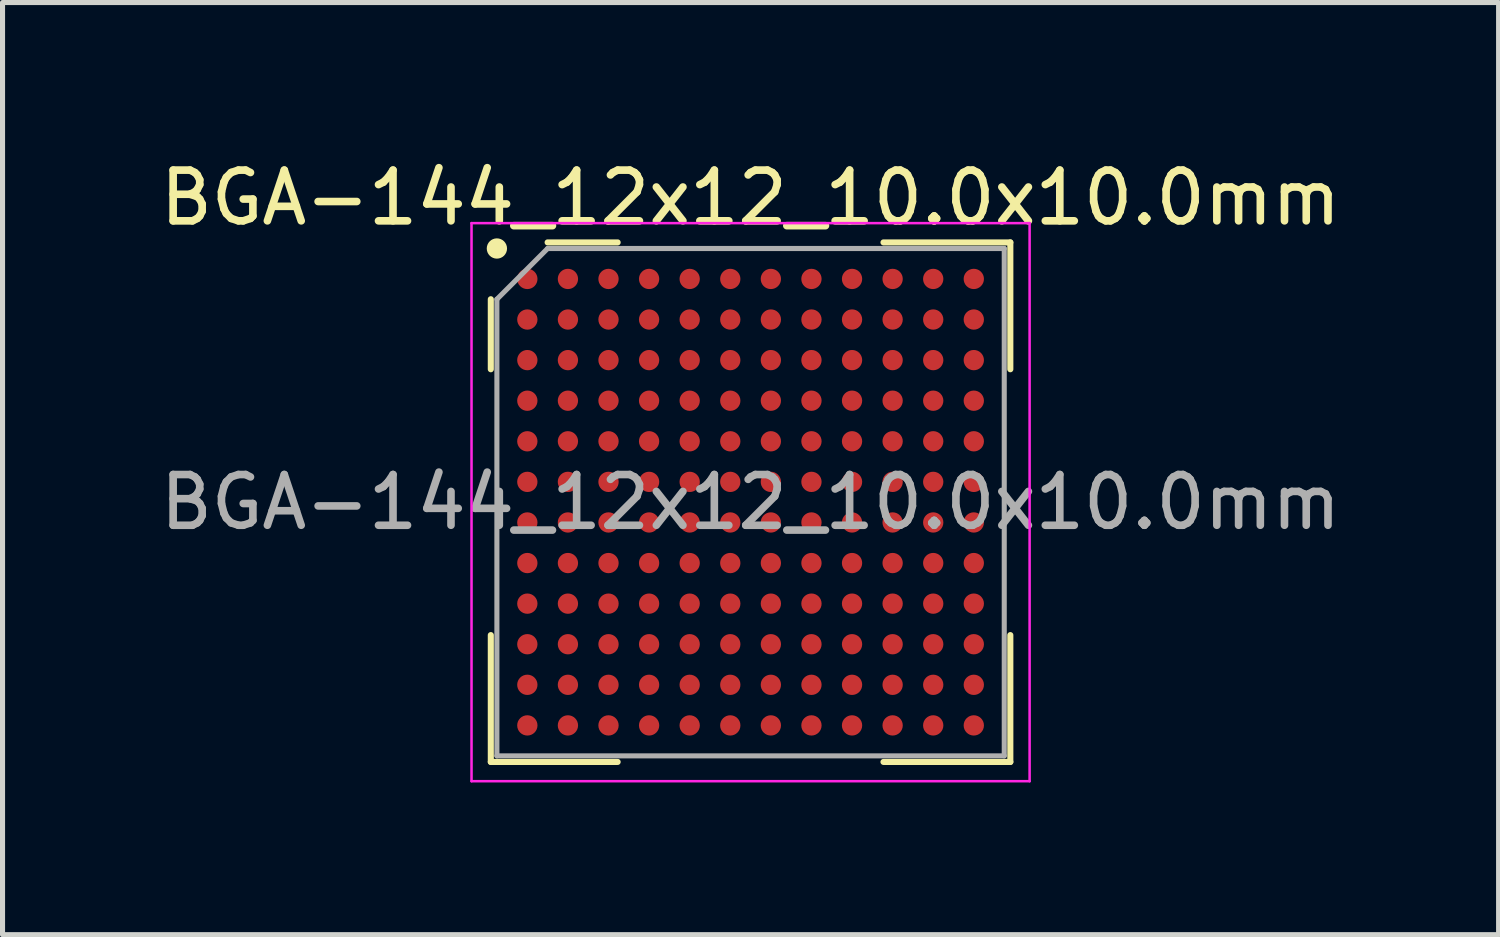
<source format=kicad_pcb>
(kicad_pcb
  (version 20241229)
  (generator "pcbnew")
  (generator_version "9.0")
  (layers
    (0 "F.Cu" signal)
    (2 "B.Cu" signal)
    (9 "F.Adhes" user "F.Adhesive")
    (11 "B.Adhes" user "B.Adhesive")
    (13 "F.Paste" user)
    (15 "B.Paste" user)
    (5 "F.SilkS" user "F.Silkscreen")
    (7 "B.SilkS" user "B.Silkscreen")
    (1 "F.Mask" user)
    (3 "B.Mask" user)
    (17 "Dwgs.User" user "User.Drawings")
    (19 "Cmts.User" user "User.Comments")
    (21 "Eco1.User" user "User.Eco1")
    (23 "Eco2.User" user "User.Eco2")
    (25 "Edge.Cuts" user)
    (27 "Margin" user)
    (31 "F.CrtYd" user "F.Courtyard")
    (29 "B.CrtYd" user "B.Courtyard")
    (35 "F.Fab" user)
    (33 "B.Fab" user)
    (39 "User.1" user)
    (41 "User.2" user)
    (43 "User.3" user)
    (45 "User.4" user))
  (footprint "BGA-144_12x12_10.0x10.0mm"
    (layer "F.Cu")
    (at 11.744 6.848)
    (property "Reference" "BGA-144_12x12_10.0x10.0mm" (at 0 -6 0) (layer "F.SilkS") (effects (font (size 1 1) (thickness 0.15))))
    (attr smd)
    (fp_line (start -5.12 -4) (end -5.12 -2.62) (stroke (width 0.12) (type default)) (layer "F.SilkS"))
    (fp_line (start -5.12 5.12) (end -5.12 2.62) (stroke (width 0.12) (type default)) (layer "F.SilkS"))
    (fp_line (start -2.62 -5.12) (end -4 -5.12) (stroke (width 0.12) (type default)) (layer "F.SilkS"))
    (fp_line (start -2.62 5.12) (end -5.12 5.12) (stroke (width 0.12) (type default)) (layer "F.SilkS"))
    (fp_line (start 2.62 -5.12) (end 5.12 -5.12) (stroke (width 0.12) (type default)) (layer "F.SilkS"))
    (fp_line (start 2.62 5.12) (end 5.12 5.12) (stroke (width 0.12) (type default)) (layer "F.SilkS"))
    (fp_line (start 5.12 -5.12) (end 5.12 -2.62) (stroke (width 0.12) (type default)) (layer "F.SilkS"))
    (fp_line (start 5.12 5.12) (end 5.12 2.62) (stroke (width 0.12) (type default)) (layer "F.SilkS"))
    (fp_circle (center -5 -5) (end -5 -4.9) (stroke (width 0.2) (type default)) (fill no) (layer "F.SilkS"))
    (fp_line (start -5.5 -5.5) (end 5.5 -5.5) (stroke (width 0.05) (type default)) (layer "F.CrtYd"))
    (fp_line (start -5.5 5.5) (end -5.5 -5.5) (stroke (width 0.05) (type default)) (layer "F.CrtYd"))
    (fp_line (start 5.5 -5.5) (end 5.5 5.5) (stroke (width 0.05) (type default)) (layer "F.CrtYd"))
    (fp_line (start 5.5 5.5) (end -5.5 5.5) (stroke (width 0.05) (type default)) (layer "F.CrtYd"))
    (fp_line (start -5 -4) (end -5 5) (stroke (width 0.1) (type default)) (layer "F.Fab"))
    (fp_line (start -5 5) (end 5 5) (stroke (width 0.1) (type default)) (layer "F.Fab"))
    (fp_line (start -4 -5) (end -5 -4) (stroke (width 0.1) (type default)) (layer "F.Fab"))
    (fp_line (start 5 -5) (end -4 -5) (stroke (width 0.1) (type default)) (layer "F.Fab"))
    (fp_line (start 5 5) (end 5 -5) (stroke (width 0.1) (type default)) (layer "F.Fab"))
    (fp_text user "${REFERENCE}" (at 0 0 0) (layer "F.Fab") (effects (font (size 1 1) (thickness 0.15))))
    (pad "A1" smd circle (at -4.4 -4.4) (size 0.4 0.4) (layers "F.Cu" "F.Mask" "F.Paste"))
    (pad "A2" smd circle (at -3.6 -4.4) (size 0.4 0.4) (layers "F.Cu" "F.Mask" "F.Paste"))
    (pad "A3" smd circle (at -2.8 -4.4) (size 0.4 0.4) (layers "F.Cu" "F.Mask" "F.Paste"))
    (pad "A4" smd circle (at -2 -4.4) (size 0.4 0.4) (layers "F.Cu" "F.Mask" "F.Paste"))
    (pad "A5" smd circle (at -1.2 -4.4) (size 0.4 0.4) (layers "F.Cu" "F.Mask" "F.Paste"))
    (pad "A6" smd circle (at -0.4 -4.4) (size 0.4 0.4) (layers "F.Cu" "F.Mask" "F.Paste"))
    (pad "A7" smd circle (at 0.4 -4.4) (size 0.4 0.4) (layers "F.Cu" "F.Mask" "F.Paste"))
    (pad "A8" smd circle (at 1.2 -4.4) (size 0.4 0.4) (layers "F.Cu" "F.Mask" "F.Paste"))
    (pad "A9" smd circle (at 2 -4.4) (size 0.4 0.4) (layers "F.Cu" "F.Mask" "F.Paste"))
    (pad "A10" smd circle (at 2.8 -4.4) (size 0.4 0.4) (layers "F.Cu" "F.Mask" "F.Paste"))
    (pad "A11" smd circle (at 3.6 -4.4) (size 0.4 0.4) (layers "F.Cu" "F.Mask" "F.Paste"))
    (pad "A12" smd circle (at 4.4 -4.4) (size 0.4 0.4) (layers "F.Cu" "F.Mask" "F.Paste"))
    (pad "B1" smd circle (at -4.4 -3.6) (size 0.4 0.4) (layers "F.Cu" "F.Mask" "F.Paste"))
    (pad "B2" smd circle (at -3.6 -3.6) (size 0.4 0.4) (layers "F.Cu" "F.Mask" "F.Paste"))
    (pad "B3" smd circle (at -2.8 -3.6) (size 0.4 0.4) (layers "F.Cu" "F.Mask" "F.Paste"))
    (pad "B4" smd circle (at -2 -3.6) (size 0.4 0.4) (layers "F.Cu" "F.Mask" "F.Paste"))
    (pad "B5" smd circle (at -1.2 -3.6) (size 0.4 0.4) (layers "F.Cu" "F.Mask" "F.Paste"))
    (pad "B6" smd circle (at -0.4 -3.6) (size 0.4 0.4) (layers "F.Cu" "F.Mask" "F.Paste"))
    (pad "B7" smd circle (at 0.4 -3.6) (size 0.4 0.4) (layers "F.Cu" "F.Mask" "F.Paste"))
    (pad "B8" smd circle (at 1.2 -3.6) (size 0.4 0.4) (layers "F.Cu" "F.Mask" "F.Paste"))
    (pad "B9" smd circle (at 2 -3.6) (size 0.4 0.4) (layers "F.Cu" "F.Mask" "F.Paste"))
    (pad "B10" smd circle (at 2.8 -3.6) (size 0.4 0.4) (layers "F.Cu" "F.Mask" "F.Paste"))
    (pad "B11" smd circle (at 3.6 -3.6) (size 0.4 0.4) (layers "F.Cu" "F.Mask" "F.Paste"))
    (pad "B12" smd circle (at 4.4 -3.6) (size 0.4 0.4) (layers "F.Cu" "F.Mask" "F.Paste"))
    (pad "C1" smd circle (at -4.4 -2.8) (size 0.4 0.4) (layers "F.Cu" "F.Mask" "F.Paste"))
    (pad "C2" smd circle (at -3.6 -2.8) (size 0.4 0.4) (layers "F.Cu" "F.Mask" "F.Paste"))
    (pad "C3" smd circle (at -2.8 -2.8) (size 0.4 0.4) (layers "F.Cu" "F.Mask" "F.Paste"))
    (pad "C4" smd circle (at -2 -2.8) (size 0.4 0.4) (layers "F.Cu" "F.Mask" "F.Paste"))
    (pad "C5" smd circle (at -1.2 -2.8) (size 0.4 0.4) (layers "F.Cu" "F.Mask" "F.Paste"))
    (pad "C6" smd circle (at -0.4 -2.8) (size 0.4 0.4) (layers "F.Cu" "F.Mask" "F.Paste"))
    (pad "C7" smd circle (at 0.4 -2.8) (size 0.4 0.4) (layers "F.Cu" "F.Mask" "F.Paste"))
    (pad "C8" smd circle (at 1.2 -2.8) (size 0.4 0.4) (layers "F.Cu" "F.Mask" "F.Paste"))
    (pad "C9" smd circle (at 2 -2.8) (size 0.4 0.4) (layers "F.Cu" "F.Mask" "F.Paste"))
    (pad "C10" smd circle (at 2.8 -2.8) (size 0.4 0.4) (layers "F.Cu" "F.Mask" "F.Paste"))
    (pad "C11" smd circle (at 3.6 -2.8) (size 0.4 0.4) (layers "F.Cu" "F.Mask" "F.Paste"))
    (pad "C12" smd circle (at 4.4 -2.8) (size 0.4 0.4) (layers "F.Cu" "F.Mask" "F.Paste"))
    (pad "D1" smd circle (at -4.4 -2) (size 0.4 0.4) (layers "F.Cu" "F.Mask" "F.Paste"))
    (pad "D2" smd circle (at -3.6 -2) (size 0.4 0.4) (layers "F.Cu" "F.Mask" "F.Paste"))
    (pad "D3" smd circle (at -2.8 -2) (size 0.4 0.4) (layers "F.Cu" "F.Mask" "F.Paste"))
    (pad "D4" smd circle (at -2 -2) (size 0.4 0.4) (layers "F.Cu" "F.Mask" "F.Paste"))
    (pad "D5" smd circle (at -1.2 -2) (size 0.4 0.4) (layers "F.Cu" "F.Mask" "F.Paste"))
    (pad "D6" smd circle (at -0.4 -2) (size 0.4 0.4) (layers "F.Cu" "F.Mask" "F.Paste"))
    (pad "D7" smd circle (at 0.4 -2) (size 0.4 0.4) (layers "F.Cu" "F.Mask" "F.Paste"))
    (pad "D8" smd circle (at 1.2 -2) (size 0.4 0.4) (layers "F.Cu" "F.Mask" "F.Paste"))
    (pad "D9" smd circle (at 2 -2) (size 0.4 0.4) (layers "F.Cu" "F.Mask" "F.Paste"))
    (pad "D10" smd circle (at 2.8 -2) (size 0.4 0.4) (layers "F.Cu" "F.Mask" "F.Paste"))
    (pad "D11" smd circle (at 3.6 -2) (size 0.4 0.4) (layers "F.Cu" "F.Mask" "F.Paste"))
    (pad "D12" smd circle (at 4.4 -2) (size 0.4 0.4) (layers "F.Cu" "F.Mask" "F.Paste"))
    (pad "E1" smd circle (at -4.4 -1.2) (size 0.4 0.4) (layers "F.Cu" "F.Mask" "F.Paste"))
    (pad "E2" smd circle (at -3.6 -1.2) (size 0.4 0.4) (layers "F.Cu" "F.Mask" "F.Paste"))
    (pad "E3" smd circle (at -2.8 -1.2) (size 0.4 0.4) (layers "F.Cu" "F.Mask" "F.Paste"))
    (pad "E4" smd circle (at -2 -1.2) (size 0.4 0.4) (layers "F.Cu" "F.Mask" "F.Paste"))
    (pad "E5" smd circle (at -1.2 -1.2) (size 0.4 0.4) (layers "F.Cu" "F.Mask" "F.Paste"))
    (pad "E6" smd circle (at -0.4 -1.2) (size 0.4 0.4) (layers "F.Cu" "F.Mask" "F.Paste"))
    (pad "E7" smd circle (at 0.4 -1.2) (size 0.4 0.4) (layers "F.Cu" "F.Mask" "F.Paste"))
    (pad "E8" smd circle (at 1.2 -1.2) (size 0.4 0.4) (layers "F.Cu" "F.Mask" "F.Paste"))
    (pad "E9" smd circle (at 2 -1.2) (size 0.4 0.4) (layers "F.Cu" "F.Mask" "F.Paste"))
    (pad "E10" smd circle (at 2.8 -1.2) (size 0.4 0.4) (layers "F.Cu" "F.Mask" "F.Paste"))
    (pad "E11" smd circle (at 3.6 -1.2) (size 0.4 0.4) (layers "F.Cu" "F.Mask" "F.Paste"))
    (pad "E12" smd circle (at 4.4 -1.2) (size 0.4 0.4) (layers "F.Cu" "F.Mask" "F.Paste"))
    (pad "F1" smd circle (at -4.4 -0.4) (size 0.4 0.4) (layers "F.Cu" "F.Mask" "F.Paste"))
    (pad "F2" smd circle (at -3.6 -0.4) (size 0.4 0.4) (layers "F.Cu" "F.Mask" "F.Paste"))
    (pad "F3" smd circle (at -2.8 -0.4) (size 0.4 0.4) (layers "F.Cu" "F.Mask" "F.Paste"))
    (pad "F4" smd circle (at -2 -0.4) (size 0.4 0.4) (layers "F.Cu" "F.Mask" "F.Paste"))
    (pad "F5" smd circle (at -1.2 -0.4) (size 0.4 0.4) (layers "F.Cu" "F.Mask" "F.Paste"))
    (pad "F6" smd circle (at -0.4 -0.4) (size 0.4 0.4) (layers "F.Cu" "F.Mask" "F.Paste"))
    (pad "F7" smd circle (at 0.4 -0.4) (size 0.4 0.4) (layers "F.Cu" "F.Mask" "F.Paste"))
    (pad "F8" smd circle (at 1.2 -0.4) (size 0.4 0.4) (layers "F.Cu" "F.Mask" "F.Paste"))
    (pad "F9" smd circle (at 2 -0.4) (size 0.4 0.4) (layers "F.Cu" "F.Mask" "F.Paste"))
    (pad "F10" smd circle (at 2.8 -0.4) (size 0.4 0.4) (layers "F.Cu" "F.Mask" "F.Paste"))
    (pad "F11" smd circle (at 3.6 -0.4) (size 0.4 0.4) (layers "F.Cu" "F.Mask" "F.Paste"))
    (pad "F12" smd circle (at 4.4 -0.4) (size 0.4 0.4) (layers "F.Cu" "F.Mask" "F.Paste"))
    (pad "G1" smd circle (at -4.4 0.4) (size 0.4 0.4) (layers "F.Cu" "F.Mask" "F.Paste"))
    (pad "G2" smd circle (at -3.6 0.4) (size 0.4 0.4) (layers "F.Cu" "F.Mask" "F.Paste"))
    (pad "G3" smd circle (at -2.8 0.4) (size 0.4 0.4) (layers "F.Cu" "F.Mask" "F.Paste"))
    (pad "G4" smd circle (at -2 0.4) (size 0.4 0.4) (layers "F.Cu" "F.Mask" "F.Paste"))
    (pad "G5" smd circle (at -1.2 0.4) (size 0.4 0.4) (layers "F.Cu" "F.Mask" "F.Paste"))
    (pad "G6" smd circle (at -0.4 0.4) (size 0.4 0.4) (layers "F.Cu" "F.Mask" "F.Paste"))
    (pad "G7" smd circle (at 0.4 0.4) (size 0.4 0.4) (layers "F.Cu" "F.Mask" "F.Paste"))
    (pad "G8" smd circle (at 1.2 0.4) (size 0.4 0.4) (layers "F.Cu" "F.Mask" "F.Paste"))
    (pad "G9" smd circle (at 2 0.4) (size 0.4 0.4) (layers "F.Cu" "F.Mask" "F.Paste"))
    (pad "G10" smd circle (at 2.8 0.4) (size 0.4 0.4) (layers "F.Cu" "F.Mask" "F.Paste"))
    (pad "G11" smd circle (at 3.6 0.4) (size 0.4 0.4) (layers "F.Cu" "F.Mask" "F.Paste"))
    (pad "G12" smd circle (at 4.4 0.4) (size 0.4 0.4) (layers "F.Cu" "F.Mask" "F.Paste"))
    (pad "H1" smd circle (at -4.4 1.2) (size 0.4 0.4) (layers "F.Cu" "F.Mask" "F.Paste"))
    (pad "H2" smd circle (at -3.6 1.2) (size 0.4 0.4) (layers "F.Cu" "F.Mask" "F.Paste"))
    (pad "H3" smd circle (at -2.8 1.2) (size 0.4 0.4) (layers "F.Cu" "F.Mask" "F.Paste"))
    (pad "H4" smd circle (at -2 1.2) (size 0.4 0.4) (layers "F.Cu" "F.Mask" "F.Paste"))
    (pad "H5" smd circle (at -1.2 1.2) (size 0.4 0.4) (layers "F.Cu" "F.Mask" "F.Paste"))
    (pad "H6" smd circle (at -0.4 1.2) (size 0.4 0.4) (layers "F.Cu" "F.Mask" "F.Paste"))
    (pad "H7" smd circle (at 0.4 1.2) (size 0.4 0.4) (layers "F.Cu" "F.Mask" "F.Paste"))
    (pad "H8" smd circle (at 1.2 1.2) (size 0.4 0.4) (layers "F.Cu" "F.Mask" "F.Paste"))
    (pad "H9" smd circle (at 2 1.2) (size 0.4 0.4) (layers "F.Cu" "F.Mask" "F.Paste"))
    (pad "H10" smd circle (at 2.8 1.2) (size 0.4 0.4) (layers "F.Cu" "F.Mask" "F.Paste"))
    (pad "H11" smd circle (at 3.6 1.2) (size 0.4 0.4) (layers "F.Cu" "F.Mask" "F.Paste"))
    (pad "H12" smd circle (at 4.4 1.2) (size 0.4 0.4) (layers "F.Cu" "F.Mask" "F.Paste"))
    (pad "J1" smd circle (at -4.4 2) (size 0.4 0.4) (layers "F.Cu" "F.Mask" "F.Paste"))
    (pad "J2" smd circle (at -3.6 2) (size 0.4 0.4) (layers "F.Cu" "F.Mask" "F.Paste"))
    (pad "J3" smd circle (at -2.8 2) (size 0.4 0.4) (layers "F.Cu" "F.Mask" "F.Paste"))
    (pad "J4" smd circle (at -2 2) (size 0.4 0.4) (layers "F.Cu" "F.Mask" "F.Paste"))
    (pad "J5" smd circle (at -1.2 2) (size 0.4 0.4) (layers "F.Cu" "F.Mask" "F.Paste"))
    (pad "J6" smd circle (at -0.4 2) (size 0.4 0.4) (layers "F.Cu" "F.Mask" "F.Paste"))
    (pad "J7" smd circle (at 0.4 2) (size 0.4 0.4) (layers "F.Cu" "F.Mask" "F.Paste"))
    (pad "J8" smd circle (at 1.2 2) (size 0.4 0.4) (layers "F.Cu" "F.Mask" "F.Paste"))
    (pad "J9" smd circle (at 2 2) (size 0.4 0.4) (layers "F.Cu" "F.Mask" "F.Paste"))
    (pad "J10" smd circle (at 2.8 2) (size 0.4 0.4) (layers "F.Cu" "F.Mask" "F.Paste"))
    (pad "J11" smd circle (at 3.6 2) (size 0.4 0.4) (layers "F.Cu" "F.Mask" "F.Paste"))
    (pad "J12" smd circle (at 4.4 2) (size 0.4 0.4) (layers "F.Cu" "F.Mask" "F.Paste"))
    (pad "K1" smd circle (at -4.4 2.8) (size 0.4 0.4) (layers "F.Cu" "F.Mask" "F.Paste"))
    (pad "K2" smd circle (at -3.6 2.8) (size 0.4 0.4) (layers "F.Cu" "F.Mask" "F.Paste"))
    (pad "K3" smd circle (at -2.8 2.8) (size 0.4 0.4) (layers "F.Cu" "F.Mask" "F.Paste"))
    (pad "K4" smd circle (at -2 2.8) (size 0.4 0.4) (layers "F.Cu" "F.Mask" "F.Paste"))
    (pad "K5" smd circle (at -1.2 2.8) (size 0.4 0.4) (layers "F.Cu" "F.Mask" "F.Paste"))
    (pad "K6" smd circle (at -0.4 2.8) (size 0.4 0.4) (layers "F.Cu" "F.Mask" "F.Paste"))
    (pad "K7" smd circle (at 0.4 2.8) (size 0.4 0.4) (layers "F.Cu" "F.Mask" "F.Paste"))
    (pad "K8" smd circle (at 1.2 2.8) (size 0.4 0.4) (layers "F.Cu" "F.Mask" "F.Paste"))
    (pad "K9" smd circle (at 2 2.8) (size 0.4 0.4) (layers "F.Cu" "F.Mask" "F.Paste"))
    (pad "K10" smd circle (at 2.8 2.8) (size 0.4 0.4) (layers "F.Cu" "F.Mask" "F.Paste"))
    (pad "K11" smd circle (at 3.6 2.8) (size 0.4 0.4) (layers "F.Cu" "F.Mask" "F.Paste"))
    (pad "K12" smd circle (at 4.4 2.8) (size 0.4 0.4) (layers "F.Cu" "F.Mask" "F.Paste"))
    (pad "L1" smd circle (at -4.4 3.6) (size 0.4 0.4) (layers "F.Cu" "F.Mask" "F.Paste"))
    (pad "L2" smd circle (at -3.6 3.6) (size 0.4 0.4) (layers "F.Cu" "F.Mask" "F.Paste"))
    (pad "L3" smd circle (at -2.8 3.6) (size 0.4 0.4) (layers "F.Cu" "F.Mask" "F.Paste"))
    (pad "L4" smd circle (at -2 3.6) (size 0.4 0.4) (layers "F.Cu" "F.Mask" "F.Paste"))
    (pad "L5" smd circle (at -1.2 3.6) (size 0.4 0.4) (layers "F.Cu" "F.Mask" "F.Paste"))
    (pad "L6" smd circle (at -0.4 3.6) (size 0.4 0.4) (layers "F.Cu" "F.Mask" "F.Paste"))
    (pad "L7" smd circle (at 0.4 3.6) (size 0.4 0.4) (layers "F.Cu" "F.Mask" "F.Paste"))
    (pad "L8" smd circle (at 1.2 3.6) (size 0.4 0.4) (layers "F.Cu" "F.Mask" "F.Paste"))
    (pad "L9" smd circle (at 2 3.6) (size 0.4 0.4) (layers "F.Cu" "F.Mask" "F.Paste"))
    (pad "L10" smd circle (at 2.8 3.6) (size 0.4 0.4) (layers "F.Cu" "F.Mask" "F.Paste"))
    (pad "L11" smd circle (at 3.6 3.6) (size 0.4 0.4) (layers "F.Cu" "F.Mask" "F.Paste"))
    (pad "L12" smd circle (at 4.4 3.6) (size 0.4 0.4) (layers "F.Cu" "F.Mask" "F.Paste"))
    (pad "M1" smd circle (at -4.4 4.4) (size 0.4 0.4) (layers "F.Cu" "F.Mask" "F.Paste"))
    (pad "M2" smd circle (at -3.6 4.4) (size 0.4 0.4) (layers "F.Cu" "F.Mask" "F.Paste"))
    (pad "M3" smd circle (at -2.8 4.4) (size 0.4 0.4) (layers "F.Cu" "F.Mask" "F.Paste"))
    (pad "M4" smd circle (at -2 4.4) (size 0.4 0.4) (layers "F.Cu" "F.Mask" "F.Paste"))
    (pad "M5" smd circle (at -1.2 4.4) (size 0.4 0.4) (layers "F.Cu" "F.Mask" "F.Paste"))
    (pad "M6" smd circle (at -0.4 4.4) (size 0.4 0.4) (layers "F.Cu" "F.Mask" "F.Paste"))
    (pad "M7" smd circle (at 0.4 4.4) (size 0.4 0.4) (layers "F.Cu" "F.Mask" "F.Paste"))
    (pad "M8" smd circle (at 1.2 4.4) (size 0.4 0.4) (layers "F.Cu" "F.Mask" "F.Paste"))
    (pad "M9" smd circle (at 2 4.4) (size 0.4 0.4) (layers "F.Cu" "F.Mask" "F.Paste"))
    (pad "M10" smd circle (at 2.8 4.4) (size 0.4 0.4) (layers "F.Cu" "F.Mask" "F.Paste"))
    (pad "M11" smd circle (at 3.6 4.4) (size 0.4 0.4) (layers "F.Cu" "F.Mask" "F.Paste"))
    (pad "M12" smd circle (at 4.4 4.4) (size 0.4 0.4) (layers "F.Cu" "F.Mask" "F.Paste")))
  (gr_rect
    (start -3 -3)
    (end 26.488 15.373)
    (stroke (width 0.1) (type default))
    (fill no)
    (layer "Edge.Cuts")))
</source>
